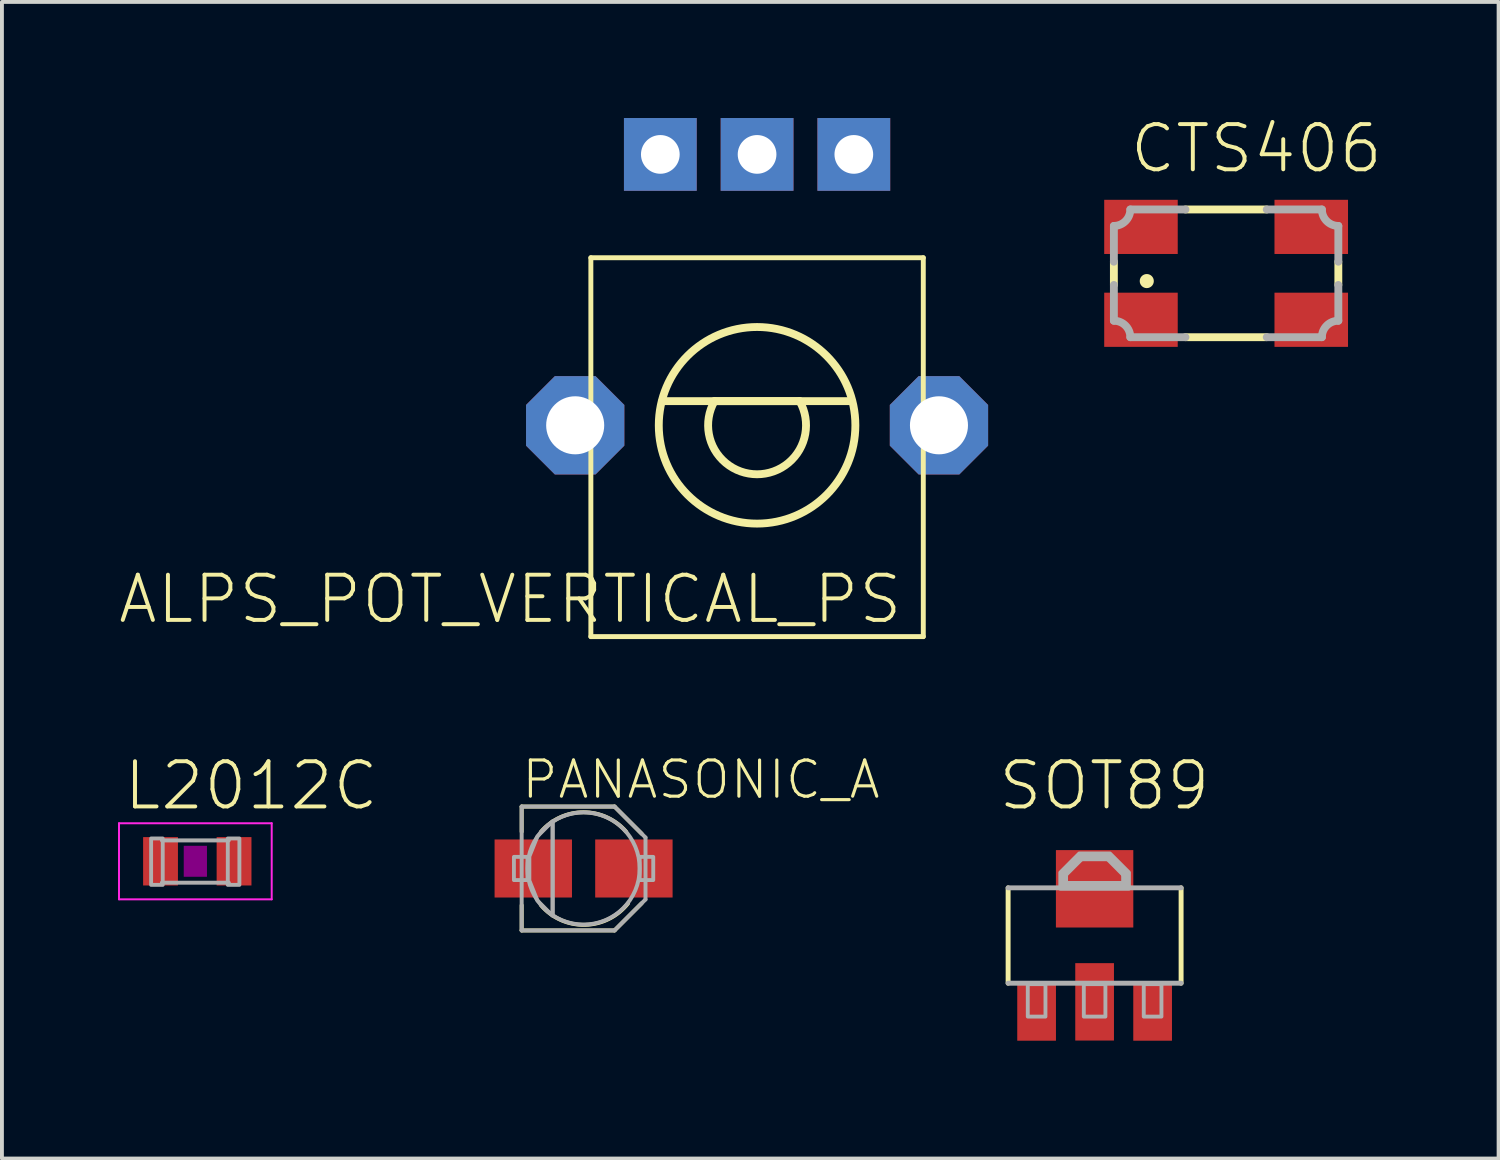
<source format=kicad_pcb>
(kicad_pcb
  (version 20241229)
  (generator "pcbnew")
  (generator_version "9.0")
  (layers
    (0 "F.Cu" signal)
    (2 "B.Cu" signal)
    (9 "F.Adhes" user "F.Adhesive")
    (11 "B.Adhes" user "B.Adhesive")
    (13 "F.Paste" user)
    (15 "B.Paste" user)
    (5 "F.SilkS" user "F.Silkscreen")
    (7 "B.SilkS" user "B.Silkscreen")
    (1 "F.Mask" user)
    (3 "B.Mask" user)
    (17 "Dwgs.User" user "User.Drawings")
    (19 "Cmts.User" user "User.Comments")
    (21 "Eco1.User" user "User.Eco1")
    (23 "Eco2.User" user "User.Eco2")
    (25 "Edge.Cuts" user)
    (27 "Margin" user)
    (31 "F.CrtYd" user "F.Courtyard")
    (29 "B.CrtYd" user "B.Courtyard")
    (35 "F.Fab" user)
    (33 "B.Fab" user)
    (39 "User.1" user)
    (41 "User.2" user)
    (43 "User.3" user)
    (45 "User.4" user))
  (footprint "PANASONIC_A"
    (layer "F.Cu")
    (at 12.03 19.392)
    (property "Reference" "PANASONIC_A" (at -1.65 -1.75 0) (unlocked yes) (layer "F.SilkS") (effects (font (size 0.935 0.935) (thickness 0.081)) (justify left bottom)))
    (fp_line (start -1.6 -1.6) (end 0.8 -1.6) (stroke (width 0.102) (type solid)) (layer "F.SilkS"))
    (fp_line (start -1.6 -0.95) (end -1.6 -1.6) (stroke (width 0.102) (type solid)) (layer "F.SilkS"))
    (fp_line (start -1.6 1.6) (end -1.6 0.95) (stroke (width 0.102) (type solid)) (layer "F.SilkS"))
    (fp_line (start 0.8 -1.6) (end 1.5 -0.9) (stroke (width 0.102) (type solid)) (layer "F.SilkS"))
    (fp_line (start 0.8 1.6) (end -1.6 1.6) (stroke (width 0.102) (type solid)) (layer "F.SilkS"))
    (fp_line (start 1.5 0.9) (end 0.8 1.6) (stroke (width 0.102) (type solid)) (layer "F.SilkS"))
    (fp_arc (start -1.1 -0.95) (mid 0 -1.453444) (end 1.1 -0.95) (stroke (width 0.1016) (type solid)) (layer "F.SilkS"))
    (fp_arc (start 1.149999 0.9) (mid 0.03681 1.456451) (end -1.1 0.95) (stroke (width 0.1016) (type solid)) (layer "F.SilkS"))
    (fp_line (start -1.6 -1.6) (end 0.8 -1.6) (stroke (width 0.102) (type solid)) (layer "F.Fab"))
    (fp_line (start -1.6 1.6) (end -1.6 -1.6) (stroke (width 0.102) (type solid)) (layer "F.Fab"))
    (fp_line (start -0.8 -1.2) (end -0.8 1.2) (stroke (width 0.102) (type solid)) (layer "F.Fab"))
    (fp_line (start 0.8 -1.6) (end 1.6 -0.8) (stroke (width 0.102) (type solid)) (layer "F.Fab"))
    (fp_line (start 0.8 1.6) (end -1.6 1.6) (stroke (width 0.102) (type solid)) (layer "F.Fab"))
    (fp_line (start 1.6 -0.8) (end 1.6 0.8) (stroke (width 0.102) (type solid)) (layer "F.Fab"))
    (fp_line (start 1.6 0.8) (end 0.8 1.6) (stroke (width 0.102) (type solid)) (layer "F.Fab"))
    (fp_circle (center 0 0) (end 1.45 0) (stroke (width 0.102) (type solid)) (fill no) (layer "F.Fab"))
    (fp_poly (pts (xy -1.8 0.3) (xy -1.45 0.3) (xy -1.45 -0.3) (xy -1.8 -0.3)) (stroke (width 0.1) (type default)) (fill no) (layer "F.Fab"))
    (fp_poly (pts (xy 1.45 0.3) (xy 1.8 0.3) (xy 1.8 -0.3) (xy 1.45 -0.3)) (stroke (width 0.1) (type default)) (fill no) (layer "F.Fab"))
    (fp_poly (pts (xy -0.799 1.223) (xy -1.193 0.829) (xy -1.401 0.31) (xy -1.401 -0.31) (xy -1.193 -0.829) (xy -0.799 -1.223)) (stroke (width 0.1) (type default)) (fill no) (layer "F.Fab"))
    (pad "+" smd rect (at 1.3 0) (size 2 1.5) (layers "F.Cu" "F.Mask" "F.Paste"))
    (pad "-" smd rect (at -1.3 0) (size 2 1.5) (layers "F.Cu" "F.Mask" "F.Paste")))
  (footprint "L2012C"
    (layer "F.Cu")
    (at 1.998 19.206)
    (property "Reference" "L2012C" (at -1.905 -1.27 0) (unlocked yes) (layer "F.SilkS") (effects (font (size 1.168 1.168) (thickness 0.102)) (justify left bottom)))
    (fp_poly (pts (xy -0.3 0.4) (xy 0.3 0.4) (xy 0.3 -0.4) (xy -0.3 -0.4)) (stroke (width 0) (type default)) (fill yes) (layer "F.Adhes"))
    (fp_line (start -1.973 -0.983) (end 1.973 -0.983) (stroke (width 0.051) (type solid)) (layer "F.CrtYd"))
    (fp_line (start -1.973 0.983) (end -1.973 -0.983) (stroke (width 0.051) (type solid)) (layer "F.CrtYd"))
    (fp_line (start 1.973 -0.983) (end 1.973 0.983) (stroke (width 0.051) (type solid)) (layer "F.CrtYd"))
    (fp_line (start 1.973 0.983) (end -1.973 0.983) (stroke (width 0.051) (type solid)) (layer "F.CrtYd"))
    (fp_line (start -0.864 -0.54) (end 0.864 -0.54) (stroke (width 0.102) (type solid)) (layer "F.Fab"))
    (fp_line (start -0.864 0.553) (end 0.864 0.553) (stroke (width 0.102) (type solid)) (layer "F.Fab"))
    (fp_poly (pts (xy -1.143 0.61) (xy -0.843 0.61) (xy -0.843 -0.59) (xy -1.143 -0.59)) (stroke (width 0.1) (type default)) (fill no) (layer "F.Fab"))
    (fp_poly (pts (xy 0.838 0.61) (xy 1.138 0.61) (xy 1.138 -0.59) (xy 0.838 -0.59)) (stroke (width 0.1) (type default)) (fill no) (layer "F.Fab"))
    (pad "1" smd rect (at -0.9 0) (size 0.9 1.25) (layers "F.Cu" "F.Mask" "F.Paste"))
    (pad "2" smd rect (at 1 0) (size 0.9 1.25) (layers "F.Cu" "F.Mask" "F.Paste")))
  (footprint "SOT89"
    (layer "F.Cu")
    (at 25.235 21.111)
    (property "Reference" "SOT89" (at -2.54 -3.175 0) (unlocked yes) (layer "F.SilkS") (effects (font (size 1.168 1.168) (thickness 0.102)) (justify left bottom)))
    (fp_poly (pts (xy -2.025 2.775) (xy -0.975 2.775) (xy -0.975 1.2) (xy -2.025 1.2)) (stroke (width 0) (type default)) (fill yes) (layer "F.Mask"))
    (fp_poly (pts (xy -0.525 2.775) (xy 0.525 2.775) (xy 0.525 1.2) (xy -0.525 1.2)) (stroke (width 0) (type default)) (fill yes) (layer "F.Mask"))
    (fp_poly (pts (xy 0.975 2.775) (xy 2.025 2.775) (xy 2.025 1.2) (xy 0.975 1.2)) (stroke (width 0) (type default)) (fill yes) (layer "F.Mask"))
    (fp_line (start -2.235 1.245) (end -2.235 -1.219) (stroke (width 0.127) (type solid)) (layer "F.SilkS"))
    (fp_line (start 2.235 -1.219) (end 2.235 1.245) (stroke (width 0.127) (type solid)) (layer "F.SilkS"))
    (fp_poly (pts (xy -1.9 2.68) (xy -1.1 2.68) (xy -1.1 1.28) (xy -1.9 1.28)) (stroke (width 0) (type default)) (fill yes) (layer "F.Paste"))
    (fp_poly (pts (xy -0.9 0) (xy 0.9 0) (xy 0.9 -2.2) (xy -0.9 -2.2)) (stroke (width 0) (type default)) (fill yes) (layer "F.Paste"))
    (fp_poly (pts (xy -0.4 2.68) (xy 0.4 2.68) (xy 0.4 1.28) (xy -0.4 1.28)) (stroke (width 0) (type default)) (fill yes) (layer "F.Paste"))
    (fp_poly (pts (xy 1.1 2.68) (xy 1.9 2.68) (xy 1.9 1.28) (xy 1.1 1.28)) (stroke (width 0) (type default)) (fill yes) (layer "F.Paste"))
    (fp_line (start -2.235 -1.219) (end 2.235 -1.219) (stroke (width 0.127) (type solid)) (layer "F.Fab"))
    (fp_line (start -0.787 -1.575) (end -0.356 -2.007) (stroke (width 0.2) (type solid)) (layer "F.Fab"))
    (fp_line (start -0.787 -1.295) (end -0.787 -1.575) (stroke (width 0.2) (type solid)) (layer "F.Fab"))
    (fp_line (start -0.356 -2.007) (end 0.356 -2.007) (stroke (width 0.2) (type solid)) (layer "F.Fab"))
    (fp_line (start 0.356 -2.007) (end 0.787 -1.575) (stroke (width 0.2) (type solid)) (layer "F.Fab"))
    (fp_line (start 0.787 -1.575) (end 0.787 -1.295) (stroke (width 0.2) (type solid)) (layer "F.Fab"))
    (fp_line (start 0.787 -1.295) (end -0.787 -1.295) (stroke (width 0.2) (type solid)) (layer "F.Fab"))
    (fp_line (start 2.235 1.245) (end -2.235 1.245) (stroke (width 0.127) (type solid)) (layer "F.Fab"))
    (fp_poly (pts (xy -1.727 2.108) (xy -1.27 2.108) (xy -1.27 1.27) (xy -1.727 1.27)) (stroke (width 0.1) (type default)) (fill no) (layer "F.Fab"))
    (fp_poly (pts (xy -0.279 2.108) (xy 0.279 2.108) (xy 0.279 1.27) (xy -0.279 1.27)) (stroke (width 0.1) (type default)) (fill no) (layer "F.Fab"))
    (fp_poly (pts (xy 1.27 2.108) (xy 1.727 2.108) (xy 1.727 1.27) (xy 1.27 1.27)) (stroke (width 0.1) (type default)) (fill no) (layer "F.Fab"))
    (fp_poly (pts (xy 0.887 -1.616) (xy 0.887 -1.196) (xy -0.887 -1.196) (xy -0.887 -1.616) (xy -0.397 -2.107) (xy 0.397 -2.107)) (stroke (width 0.1) (type default)) (fill no) (layer "F.Fab"))
    (pad "1" smd rect (at -1.499 1.981) (size 1 1.5) (layers "F.Cu"))
    (pad "2" smd rect (at 0 1.727) (size 1 2) (layers "F.Cu"))
    (pad "2@1" smd rect (at 0 -1.194 90) (size 2 2) (layers "F.Cu" "F.Mask"))
    (pad "3" smd rect (at 1.499 1.981) (size 1 1.5) (layers "F.Cu")))
  (footprint "CTS406"
    (layer "F.Cu")
    (at 28.633 4.013)
    (property "Reference" "CTS406" (at -2.54 -2.54 0) (unlocked yes) (layer "F.SilkS") (effects (font (size 1.168 1.168) (thickness 0.102)) (justify left bottom)))
    (fp_line (start -2.9 0.3) (end -2.9 -0.3) (stroke (width 0.203) (type solid)) (layer "F.SilkS"))
    (fp_line (start -1.05 -1.65) (end 1.05 -1.65) (stroke (width 0.203) (type solid)) (layer "F.SilkS"))
    (fp_line (start 1.05 1.65) (end -1.05 1.65) (stroke (width 0.203) (type solid)) (layer "F.SilkS"))
    (fp_line (start 2.9 -0.3) (end 2.9 0.3) (stroke (width 0.203) (type solid)) (layer "F.SilkS"))
    (fp_circle (center -2.05 0.2) (end -1.959 0.2) (stroke (width 0.182) (type solid)) (fill yes) (layer "F.SilkS"))
    (fp_line (start -2.9 -0.3) (end -2.9 -1.225) (stroke (width 0.203) (type solid)) (layer "F.Fab"))
    (fp_line (start -2.9 1.225) (end -2.9 0.3) (stroke (width 0.203) (type solid)) (layer "F.Fab"))
    (fp_line (start -2.475 -1.65) (end -1.05 -1.65) (stroke (width 0.203) (type solid)) (layer "F.Fab"))
    (fp_line (start -1.05 1.65) (end -2.475 1.65) (stroke (width 0.203) (type solid)) (layer "F.Fab"))
    (fp_line (start 1.05 -1.65) (end 2.475 -1.65) (stroke (width 0.203) (type solid)) (layer "F.Fab"))
    (fp_line (start 2.475 1.65) (end 1.05 1.65) (stroke (width 0.203) (type solid)) (layer "F.Fab"))
    (fp_line (start 2.9 -1.225) (end 2.9 -0.3) (stroke (width 0.203) (type solid)) (layer "F.Fab"))
    (fp_line (start 2.9 0.3) (end 2.9 1.225) (stroke (width 0.203) (type solid)) (layer "F.Fab"))
    (fp_arc (start -2.899998 1.225) (mid -2.600003 1.350005) (end -2.475 1.65) (stroke (width 0.2032) (type solid)) (layer "F.Fab"))
    (fp_arc (start -2.475 -1.649998) (mid -2.600005 -1.350003) (end -2.9 -1.225) (stroke (width 0.2032) (type solid)) (layer "F.Fab"))
    (fp_arc (start 2.475 1.649998) (mid 2.600005 1.350003) (end 2.9 1.225) (stroke (width 0.2032) (type solid)) (layer "F.Fab"))
    (fp_arc (start 2.899998 -1.225) (mid 2.600003 -1.350005) (end 2.475 -1.65) (stroke (width 0.2032) (type solid)) (layer "F.Fab"))
    (pad "1" smd rect (at -2.2 1.2) (size 1.9 1.4) (layers "F.Cu" "F.Mask" "F.Paste"))
    (pad "2" smd rect (at 2.2 1.2) (size 1.9 1.4) (layers "F.Cu" "F.Mask" "F.Paste"))
    (pad "3" smd rect (at 2.2 -1.2) (size 1.9 1.4) (layers "F.Cu" "F.Mask" "F.Paste"))
    (pad "4" smd rect (at -2.2 -1.2) (size 1.9 1.4) (layers "F.Cu" "F.Mask" "F.Paste")))
  (footprint "ALPS_POT_VERTICAL_PS"
    (layer "F.Cu")
    (at 16.513 7.94)
    (property "Reference" "ALPS_POT_VERTICAL_PS" (at 3.81 3.81 0) (unlocked yes) (layer "F.SilkS") (effects (font (size 1.168 1.168) (thickness 0.102)) (justify right top)))
    (fp_line (start -4.295 -4.33) (end 4.295 -4.33) (stroke (width 0.127) (type solid)) (layer "F.SilkS"))
    (fp_line (start -4.295 5.46) (end -4.295 -4.33) (stroke (width 0.127) (type solid)) (layer "F.SilkS"))
    (fp_line (start -2.45 -0.625) (end 2.425 -0.625) (stroke (width 0.203) (type solid)) (layer "F.SilkS"))
    (fp_line (start -1.1 -0.625) (end 1.1 -0.625) (stroke (width 0.203) (type solid)) (layer "F.SilkS"))
    (fp_line (start 4.295 -4.33) (end 4.295 5.46) (stroke (width 0.127) (type solid)) (layer "F.SilkS"))
    (fp_line (start 4.295 5.46) (end -4.295 5.46) (stroke (width 0.127) (type solid)) (layer "F.SilkS"))
    (fp_arc (start 1.1 -0.625) (mid 0 1.265158) (end -1.1 -0.625) (stroke (width 0.2032) (type solid)) (layer "F.SilkS"))
    (fp_circle (center 0 0) (end 2.54 0) (stroke (width 0.203) (type solid)) (fill no) (layer "F.SilkS"))
    (pad "P$1" thru_hole rect (at -2.5 -7 270) (size 1.88 1.88) (drill 1) (layers "*.Cu" "*.Mask"))
    (pad "P$2" thru_hole rect (at 0 -7 270) (size 1.88 1.88) (drill 1) (layers "*.Cu" "*.Mask"))
    (pad "P$3" thru_hole rect (at 2.5 -7 270) (size 1.88 1.88) (drill 1) (layers "*.Cu" "*.Mask"))
    (pad "P$4" thru_hole roundrect (at -4.7 0 270) (size 2.54 2.54) (drill 1.5) (layers "*.Cu" "*.Mask") (roundrect_rratio 0.25) (chamfer_ratio 0.293) (chamfer top_left top_right bottom_left bottom_right))
    (pad "P$5" thru_hole roundrect (at 4.7 0 270) (size 2.54 2.54) (drill 1.5) (layers "*.Cu" "*.Mask") (roundrect_rratio 0.25) (chamfer_ratio 0.293) (chamfer top_left top_right bottom_left bottom_right)))
  (gr_rect
    (start -3 -3)
    (end 35.674 26.887)
    (stroke (width 0.1) (type default))
    (fill no)
    (layer "Edge.Cuts")))
</source>
